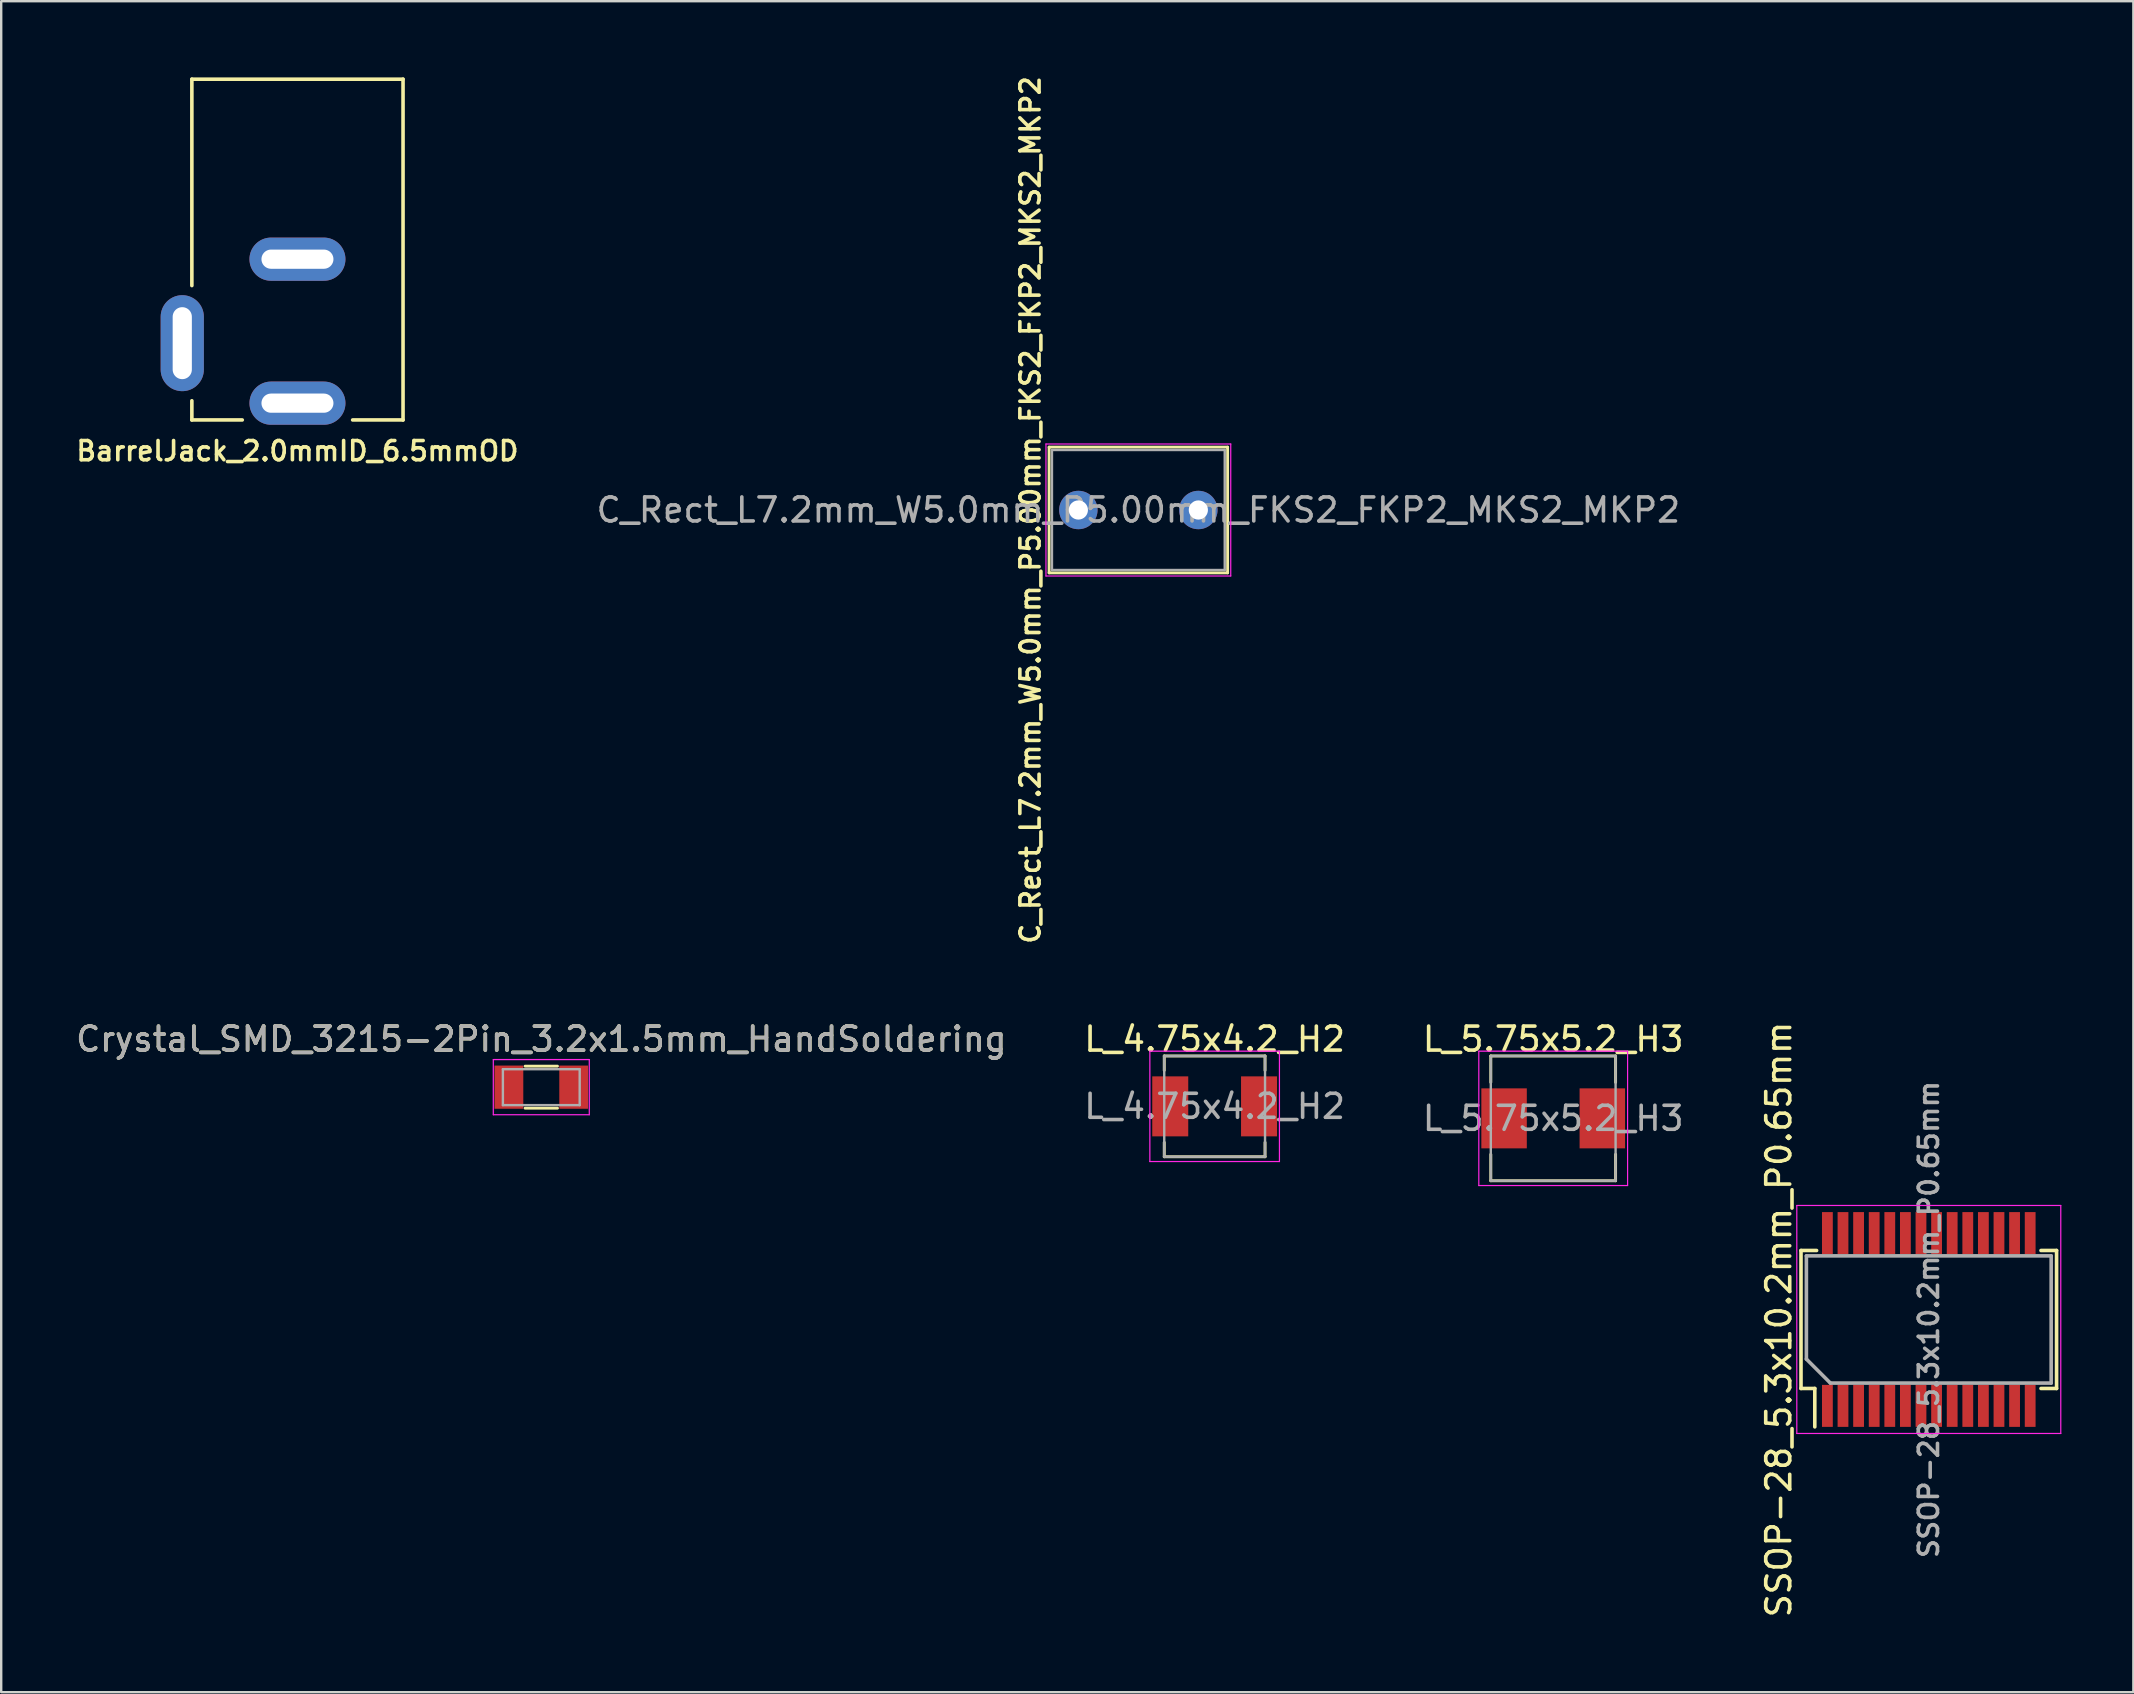
<source format=kicad_pcb>
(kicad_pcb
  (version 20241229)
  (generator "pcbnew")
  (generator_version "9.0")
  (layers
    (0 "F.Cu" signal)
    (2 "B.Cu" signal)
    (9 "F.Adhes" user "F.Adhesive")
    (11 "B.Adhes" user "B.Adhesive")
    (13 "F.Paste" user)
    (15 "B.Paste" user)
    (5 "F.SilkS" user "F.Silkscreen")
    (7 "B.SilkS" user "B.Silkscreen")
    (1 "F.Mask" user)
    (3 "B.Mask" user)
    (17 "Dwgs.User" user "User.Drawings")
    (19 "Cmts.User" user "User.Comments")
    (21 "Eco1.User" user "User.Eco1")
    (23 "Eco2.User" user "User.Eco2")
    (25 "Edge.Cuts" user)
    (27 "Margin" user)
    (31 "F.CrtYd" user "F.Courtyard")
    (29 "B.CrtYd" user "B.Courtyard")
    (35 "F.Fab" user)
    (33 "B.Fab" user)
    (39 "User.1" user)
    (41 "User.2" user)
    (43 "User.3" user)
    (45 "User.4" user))
  (footprint "L_4.75x4.2_H2"
    (layer "F.Cu")
    (at 47.565 43.053)
    (property "Reference" "L_4.75x4.2_H2" (at 0 -2.8 0) (layer "F.SilkS") (effects (font (size 1 1) (thickness 0.15))))
    (attr smd)
    (fp_line (start -2.1 -2.1) (end 2.1 -2.1) (stroke (width 0.12) (type solid)) (layer "F.SilkS"))
    (fp_line (start -2.1 -1.5) (end -2.1 -2.1) (stroke (width 0.12) (type solid)) (layer "F.SilkS"))
    (fp_line (start -2.1 2.1) (end -2.1 1.5) (stroke (width 0.12) (type solid)) (layer "F.SilkS"))
    (fp_line (start 2.1 -2.1) (end 2.1 -1.5) (stroke (width 0.12) (type solid)) (layer "F.SilkS"))
    (fp_line (start 2.1 1.5) (end 2.1 2.1) (stroke (width 0.12) (type solid)) (layer "F.SilkS"))
    (fp_line (start 2.1 2.1) (end -2.1 2.1) (stroke (width 0.12) (type solid)) (layer "F.SilkS"))
    (fp_line (start -2.7 -2.3) (end -2.7 2.3) (stroke (width 0.05) (type solid)) (layer "F.CrtYd"))
    (fp_line (start -2.7 2.3) (end 2.7 2.3) (stroke (width 0.05) (type solid)) (layer "F.CrtYd"))
    (fp_line (start 2.7 -2.3) (end -2.7 -2.3) (stroke (width 0.05) (type solid)) (layer "F.CrtYd"))
    (fp_line (start 2.7 2.3) (end 2.7 -2.3) (stroke (width 0.05) (type solid)) (layer "F.CrtYd"))
    (fp_line (start -2.1 -2.1) (end -2.1 2.1) (stroke (width 0.1) (type solid)) (layer "F.Fab"))
    (fp_line (start -2.1 -2.1) (end 2.1 -2.1) (stroke (width 0.1) (type solid)) (layer "F.Fab"))
    (fp_line (start -2.1 2.1) (end 2.1 2.1) (stroke (width 0.1) (type solid)) (layer "F.Fab"))
    (fp_line (start 2.1 -2.1) (end 2.1 2.1) (stroke (width 0.1) (type solid)) (layer "F.Fab"))
    (fp_text user "${REFERENCE}" (at 0 0 0) (layer "F.Fab") (effects (font (size 1 1) (thickness 0.15))))
    (pad "1" smd rect (at -1.85 0) (size 1.5 2.5) (layers "F.Cu" "F.Mask" "F.Paste"))
    (pad "2" smd rect (at 1.85 0) (size 1.5 2.5) (layers "F.Cu" "F.Mask" "F.Paste")))
  (footprint "Crystal_SMD_3215-2Pin_3.2x1.5mm_HandSoldering"
    (layer "F.Cu")
    (at 19.506 42.253)
    (property "Reference" "Crystal_SMD_3215-2Pin_3.2x1.5mm_HandSoldering" (at 0 -2 180) (layer "F.SilkS") (effects (font (size 1 1) (thickness 0.15))))
    (attr smd)
    (fp_line (start -0.675 -0.875) (end 0.675 -0.875) (stroke (width 0.12) (type solid)) (layer "F.SilkS"))
    (fp_line (start -0.675 0.875) (end 0.675 0.875) (stroke (width 0.12) (type solid)) (layer "F.SilkS"))
    (fp_line (start -2 -1.15) (end -2 1.15) (stroke (width 0.05) (type solid)) (layer "F.CrtYd"))
    (fp_line (start -2 -1.15) (end 2 -1.15) (stroke (width 0.05) (type solid)) (layer "F.CrtYd"))
    (fp_line (start -2 1.15) (end 2 1.15) (stroke (width 0.05) (type solid)) (layer "F.CrtYd"))
    (fp_line (start 2 -1.15) (end 2 1.15) (stroke (width 0.05) (type solid)) (layer "F.CrtYd"))
    (fp_line (start -1.6 -0.75) (end -1.6 0.75) (stroke (width 0.1) (type solid)) (layer "F.Fab"))
    (fp_line (start -1.6 -0.75) (end 1.6 -0.75) (stroke (width 0.1) (type solid)) (layer "F.Fab"))
    (fp_line (start -1.6 0.75) (end 1.6 0.75) (stroke (width 0.1) (type solid)) (layer "F.Fab"))
    (fp_line (start 1.6 -0.75) (end 1.6 0.75) (stroke (width 0.1) (type solid)) (layer "F.Fab"))
    (fp_text user "${REFERENCE}" (at 0 -2 180) (layer "F.Fab") (effects (font (size 1 1) (thickness 0.15))))
    (pad "1" smd rect (at 1.35 0) (size 1.2 1.8) (layers "F.Cu" "F.Mask" "F.Paste"))
    (pad "2" smd rect (at -1.35 0) (size 1.2 1.8) (layers "F.Cu" "F.Mask" "F.Paste")))
  (footprint "BarrelJack_2.0mmID_6.5mmOD"
    (layer "F.Cu")
    (at 9.345 0.25)
    (property "Reference" "BarrelJack_2.0mmID_6.5mmOD" (at 0 15.494 180) (layer "F.SilkS") (effects (font (size 0.8 0.8) (thickness 0.15))))
    (attr through_hole)
    (fp_line (start -4.4 0) (end -4.4 8.6) (stroke (width 0.15) (type solid)) (layer "F.SilkS"))
    (fp_line (start -4.4 13.4) (end -4.4 14.2) (stroke (width 0.15) (type solid)) (layer "F.SilkS"))
    (fp_line (start -4.4 14.2) (end -2.3 14.2) (stroke (width 0.15) (type solid)) (layer "F.SilkS"))
    (fp_line (start 4.4 0) (end -4.4 0) (stroke (width 0.15) (type solid)) (layer "F.SilkS"))
    (fp_line (start 4.4 14.2) (end 2.3 14.2) (stroke (width 0.15) (type solid)) (layer "F.SilkS"))
    (fp_line (start 4.4 14.2) (end 4.4 0) (stroke (width 0.15) (type solid)) (layer "F.SilkS"))
    (pad "1" thru_hole oval (at 0 13.5) (size 4 1.8) (drill oval 3 0.8) (layers "*.Cu" "*.Mask"))
    (pad "2" thru_hole oval (at 0 7.5) (size 4 1.8) (drill oval 3 0.8) (layers "*.Cu" "*.Mask"))
    (pad "3" thru_hole oval (at -4.8 11 90) (size 4 1.8) (drill oval 3 0.8) (layers "*.Cu" "*.Mask")))
  (footprint "SSOP-28_5.3x10.2mm_P0.65mm"
    (layer "F.Cu")
    (at 77.324 51.934)
    (property "Reference" "SSOP-28_5.3x10.2mm_P0.65mm" (at -6.25 0 90) (layer "F.SilkS") (effects (font (size 1 1) (thickness 0.15))))
    (attr smd)
    (fp_line (start -5.325 -2.875) (end -4.675 -2.875) (stroke (width 0.15) (type solid)) (layer "F.SilkS"))
    (fp_line (start -5.325 2.875) (end -5.325 -2.875) (stroke (width 0.15) (type solid)) (layer "F.SilkS"))
    (fp_line (start -5.325 2.875) (end -4.75 2.875) (stroke (width 0.15) (type solid)) (layer "F.SilkS"))
    (fp_line (start -4.75 2.875) (end -4.75 4.475) (stroke (width 0.15) (type solid)) (layer "F.SilkS"))
    (fp_line (start 5.325 -2.875) (end 4.675 -2.875) (stroke (width 0.15) (type solid)) (layer "F.SilkS"))
    (fp_line (start 5.325 2.875) (end 4.675 2.875) (stroke (width 0.15) (type solid)) (layer "F.SilkS"))
    (fp_line (start 5.325 2.875) (end 5.325 -2.875) (stroke (width 0.15) (type solid)) (layer "F.SilkS"))
    (fp_line (start -5.5 -4.75) (end 5.5 -4.75) (stroke (width 0.05) (type solid)) (layer "F.CrtYd"))
    (fp_line (start -5.5 4.75) (end -5.5 -4.75) (stroke (width 0.05) (type solid)) (layer "F.CrtYd"))
    (fp_line (start -5.5 4.75) (end 5.5 4.75) (stroke (width 0.05) (type solid)) (layer "F.CrtYd"))
    (fp_line (start 5.5 4.75) (end 5.5 -4.75) (stroke (width 0.05) (type solid)) (layer "F.CrtYd"))
    (fp_line (start -5.1 -2.65) (end 5.1 -2.65) (stroke (width 0.15) (type solid)) (layer "F.Fab"))
    (fp_line (start -5.1 1.65) (end -5.1 -2.65) (stroke (width 0.15) (type solid)) (layer "F.Fab"))
    (fp_line (start -4.1 2.65) (end -5.1 1.65) (stroke (width 0.15) (type solid)) (layer "F.Fab"))
    (fp_line (start 5.1 -2.65) (end 5.1 2.65) (stroke (width 0.15) (type solid)) (layer "F.Fab"))
    (fp_line (start 5.1 2.65) (end -4.1 2.65) (stroke (width 0.15) (type solid)) (layer "F.Fab"))
    (fp_text user "${REFERENCE}" (at 0 0 270) (layer "F.Fab") (effects (font (size 0.8 0.8) (thickness 0.15))))
    (pad "1" smd rect (at -4.225 3.6 90) (size 1.75 0.45) (layers "F.Cu" "F.Mask" "F.Paste"))
    (pad "2" smd rect (at -3.575 3.6 90) (size 1.75 0.45) (layers "F.Cu" "F.Mask" "F.Paste"))
    (pad "3" smd rect (at -2.925 3.6 90) (size 1.75 0.45) (layers "F.Cu" "F.Mask" "F.Paste"))
    (pad "4" smd rect (at -2.275 3.6 90) (size 1.75 0.45) (layers "F.Cu" "F.Mask" "F.Paste"))
    (pad "5" smd rect (at -1.625 3.6 90) (size 1.75 0.45) (layers "F.Cu" "F.Mask" "F.Paste"))
    (pad "6" smd rect (at -0.975 3.6 90) (size 1.75 0.45) (layers "F.Cu" "F.Mask" "F.Paste"))
    (pad "7" smd rect (at -0.325 3.6 90) (size 1.75 0.45) (layers "F.Cu" "F.Mask" "F.Paste"))
    (pad "8" smd rect (at 0.325 3.6 90) (size 1.75 0.45) (layers "F.Cu" "F.Mask" "F.Paste"))
    (pad "9" smd rect (at 0.975 3.6 90) (size 1.75 0.45) (layers "F.Cu" "F.Mask" "F.Paste"))
    (pad "10" smd rect (at 1.625 3.6 90) (size 1.75 0.45) (layers "F.Cu" "F.Mask" "F.Paste"))
    (pad "11" smd rect (at 2.275 3.6 90) (size 1.75 0.45) (layers "F.Cu" "F.Mask" "F.Paste"))
    (pad "12" smd rect (at 2.925 3.6 90) (size 1.75 0.45) (layers "F.Cu" "F.Mask" "F.Paste"))
    (pad "13" smd rect (at 3.575 3.6 90) (size 1.75 0.45) (layers "F.Cu" "F.Mask" "F.Paste"))
    (pad "14" smd rect (at 4.225 3.6 90) (size 1.75 0.45) (layers "F.Cu" "F.Mask" "F.Paste"))
    (pad "15" smd rect (at 4.225 -3.6 90) (size 1.75 0.45) (layers "F.Cu" "F.Mask" "F.Paste"))
    (pad "16" smd rect (at 3.575 -3.6 90) (size 1.75 0.45) (layers "F.Cu" "F.Mask" "F.Paste"))
    (pad "17" smd rect (at 2.925 -3.6 90) (size 1.75 0.45) (layers "F.Cu" "F.Mask" "F.Paste"))
    (pad "18" smd rect (at 2.275 -3.6 90) (size 1.75 0.45) (layers "F.Cu" "F.Mask" "F.Paste"))
    (pad "19" smd rect (at 1.625 -3.6 90) (size 1.75 0.45) (layers "F.Cu" "F.Mask" "F.Paste"))
    (pad "20" smd rect (at 0.975 -3.6 90) (size 1.75 0.45) (layers "F.Cu" "F.Mask" "F.Paste"))
    (pad "21" smd rect (at 0.325 -3.6 90) (size 1.75 0.45) (layers "F.Cu" "F.Mask" "F.Paste"))
    (pad "22" smd rect (at -0.325 -3.6 90) (size 1.75 0.45) (layers "F.Cu" "F.Mask" "F.Paste"))
    (pad "23" smd rect (at -0.975 -3.6 90) (size 1.75 0.45) (layers "F.Cu" "F.Mask" "F.Paste"))
    (pad "24" smd rect (at -1.625 -3.6 90) (size 1.75 0.45) (layers "F.Cu" "F.Mask" "F.Paste"))
    (pad "25" smd rect (at -2.275 -3.6 90) (size 1.75 0.45) (layers "F.Cu" "F.Mask" "F.Paste"))
    (pad "26" smd rect (at -2.925 -3.6 90) (size 1.75 0.45) (layers "F.Cu" "F.Mask" "F.Paste"))
    (pad "27" smd rect (at -3.575 -3.6 90) (size 1.75 0.45) (layers "F.Cu" "F.Mask" "F.Paste"))
    (pad "28" smd rect (at -4.225 -3.6 90) (size 1.75 0.45) (layers "F.Cu" "F.Mask" "F.Paste")))
  (footprint "L_5.75x5.2_H3"
    (layer "F.Cu")
    (at 61.673 43.553)
    (property "Reference" "L_5.75x5.2_H3" (at 0 -3.3 0) (layer "F.SilkS") (effects (font (size 1 1) (thickness 0.15))))
    (attr smd)
    (fp_line (start -2.6 -2.6) (end 2.6 -2.6) (stroke (width 0.12) (type solid)) (layer "F.SilkS"))
    (fp_line (start -2.6 -1.5) (end -2.6 -2.6) (stroke (width 0.12) (type solid)) (layer "F.SilkS"))
    (fp_line (start -2.6 2.6) (end -2.6 1.5) (stroke (width 0.12) (type solid)) (layer "F.SilkS"))
    (fp_line (start 2.6 -2.6) (end 2.6 -1.5) (stroke (width 0.12) (type solid)) (layer "F.SilkS"))
    (fp_line (start 2.6 1.5) (end 2.6 2.6) (stroke (width 0.12) (type solid)) (layer "F.SilkS"))
    (fp_line (start 2.6 2.6) (end -2.6 2.6) (stroke (width 0.12) (type solid)) (layer "F.SilkS"))
    (fp_line (start -3.1 -2.8) (end -3.1 2.8) (stroke (width 0.05) (type solid)) (layer "F.CrtYd"))
    (fp_line (start -3.1 2.8) (end 3.1 2.8) (stroke (width 0.05) (type solid)) (layer "F.CrtYd"))
    (fp_line (start 3.1 -2.8) (end -3.1 -2.8) (stroke (width 0.05) (type solid)) (layer "F.CrtYd"))
    (fp_line (start 3.1 2.8) (end 3.1 -2.8) (stroke (width 0.05) (type solid)) (layer "F.CrtYd"))
    (fp_line (start -2.6 -2.6) (end -2.6 2.6) (stroke (width 0.1) (type solid)) (layer "F.Fab"))
    (fp_line (start -2.6 -2.6) (end 2.6 -2.6) (stroke (width 0.1) (type solid)) (layer "F.Fab"))
    (fp_line (start -2.6 2.6) (end 2.6 2.6) (stroke (width 0.1) (type solid)) (layer "F.Fab"))
    (fp_line (start 2.6 -2.6) (end 2.6 2.6) (stroke (width 0.1) (type solid)) (layer "F.Fab"))
    (fp_text user "${REFERENCE}" (at 0 0 0) (layer "F.Fab") (effects (font (size 1 1) (thickness 0.15))))
    (pad "1" smd rect (at -2.047 0) (size 1.895 2.5) (layers "F.Cu" "F.Mask" "F.Paste"))
    (pad "2" smd rect (at 2.047 0) (size 1.895 2.5) (layers "F.Cu" "F.Mask" "F.Paste")))
  (footprint "C_Rect_L7.2mm_W5.0mm_P5.00mm_FKS2_FKP2_MKS2_MKP2"
    (layer "F.Cu")
    (at 41.886 18.202)
    (property "Reference" "C_Rect_L7.2mm_W5.0mm_P5.00mm_FKS2_FKP2_MKS2_MKP2" (at -2 0 90) (layer "F.SilkS") (effects (font (size 0.8 0.8) (thickness 0.15))))
    (attr through_hole)
    (fp_line (start -1.22 -2.62) (end -1.22 2.62) (stroke (width 0.12) (type solid)) (layer "F.SilkS"))
    (fp_line (start -1.22 -2.62) (end 6.22 -2.62) (stroke (width 0.12) (type solid)) (layer "F.SilkS"))
    (fp_line (start -1.22 2.62) (end 6.22 2.62) (stroke (width 0.12) (type solid)) (layer "F.SilkS"))
    (fp_line (start 6.22 -2.62) (end 6.22 2.62) (stroke (width 0.12) (type solid)) (layer "F.SilkS"))
    (fp_line (start -1.35 -2.75) (end -1.35 2.75) (stroke (width 0.05) (type solid)) (layer "F.CrtYd"))
    (fp_line (start -1.35 2.75) (end 6.35 2.75) (stroke (width 0.05) (type solid)) (layer "F.CrtYd"))
    (fp_line (start 6.35 -2.75) (end -1.35 -2.75) (stroke (width 0.05) (type solid)) (layer "F.CrtYd"))
    (fp_line (start 6.35 2.75) (end 6.35 -2.75) (stroke (width 0.05) (type solid)) (layer "F.CrtYd"))
    (fp_line (start -1.1 -2.5) (end -1.1 2.5) (stroke (width 0.1) (type solid)) (layer "F.Fab"))
    (fp_line (start -1.1 2.5) (end 6.1 2.5) (stroke (width 0.1) (type solid)) (layer "F.Fab"))
    (fp_line (start 6.1 -2.5) (end -1.1 -2.5) (stroke (width 0.1) (type solid)) (layer "F.Fab"))
    (fp_line (start 6.1 2.5) (end 6.1 -2.5) (stroke (width 0.1) (type solid)) (layer "F.Fab"))
    (fp_text user "${REFERENCE}" (at 2.5 0 180) (layer "F.Fab") (effects (font (size 1 1) (thickness 0.15))))
    (pad "1" thru_hole circle (at 0 0) (size 1.6 1.6) (drill 0.8) (layers "*.Cu" "*.Mask"))
    (pad "2" thru_hole circle (at 5 0) (size 1.6 1.6) (drill 0.8) (layers "*.Cu" "*.Mask")))
  (gr_rect
    (start -3 -3)
    (end 85.849 67.464)
    (stroke (width 0.1) (type default))
    (fill no)
    (layer "Edge.Cuts")))
</source>
